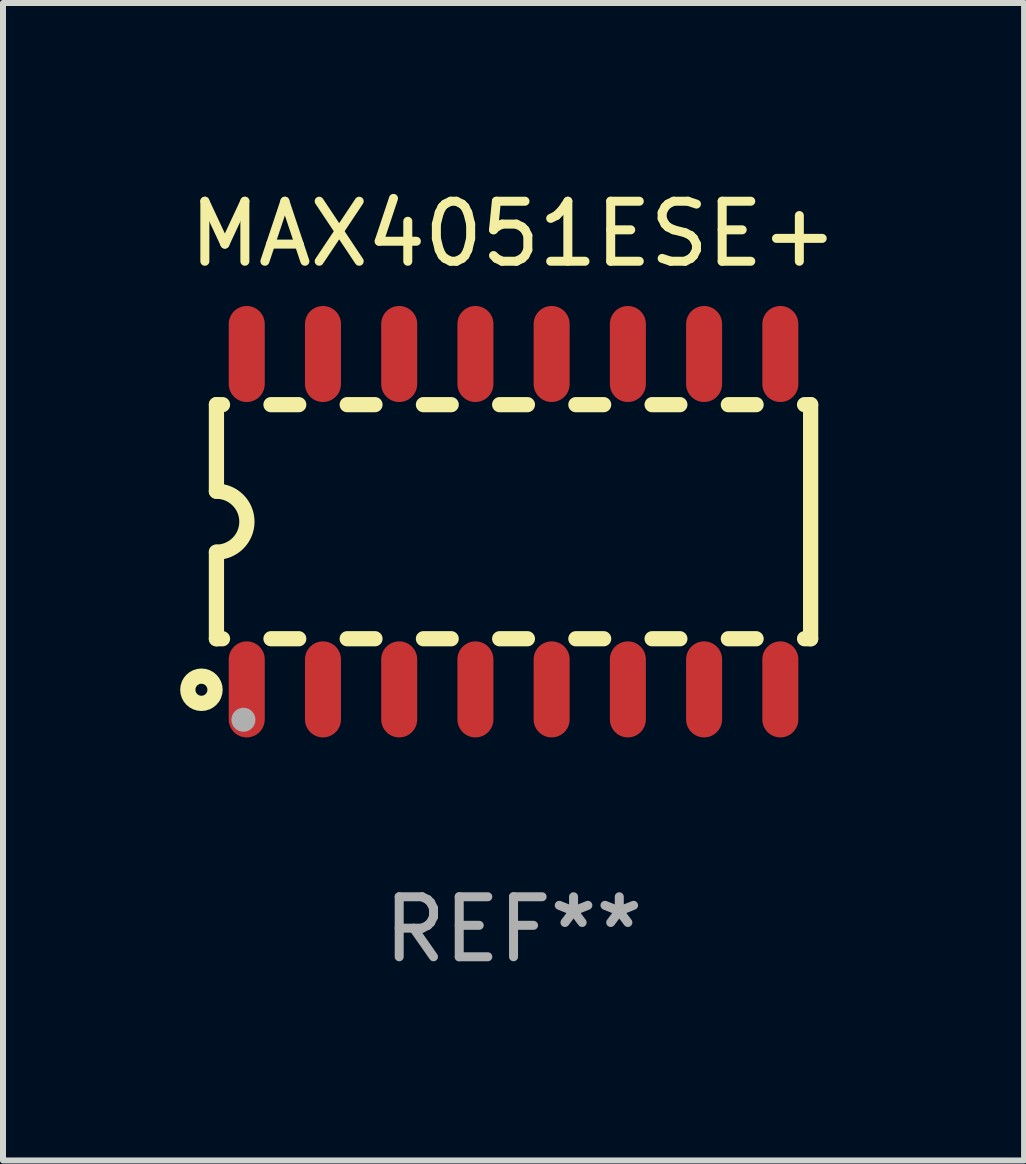
<source format=kicad_pcb>
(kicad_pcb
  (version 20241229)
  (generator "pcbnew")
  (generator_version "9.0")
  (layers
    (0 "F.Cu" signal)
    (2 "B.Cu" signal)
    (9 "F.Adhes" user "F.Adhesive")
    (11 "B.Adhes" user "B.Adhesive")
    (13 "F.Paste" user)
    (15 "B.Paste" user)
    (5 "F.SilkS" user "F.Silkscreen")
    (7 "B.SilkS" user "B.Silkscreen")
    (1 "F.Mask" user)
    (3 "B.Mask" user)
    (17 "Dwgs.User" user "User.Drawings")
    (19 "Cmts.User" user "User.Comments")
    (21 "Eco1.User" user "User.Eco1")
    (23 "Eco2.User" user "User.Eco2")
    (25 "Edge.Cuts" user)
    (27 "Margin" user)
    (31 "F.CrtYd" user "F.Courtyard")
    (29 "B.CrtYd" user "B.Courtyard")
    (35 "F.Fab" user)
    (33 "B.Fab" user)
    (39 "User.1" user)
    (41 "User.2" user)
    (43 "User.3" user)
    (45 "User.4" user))
  (footprint "MAX4051ESE+"
    (layer "F.Cu")
    (at 5.506 5.642)
    (property "Reference" "MAX4051ESE+" (at 0 -4.794 0) (layer "F.SilkS") (effects (font (size 1 1) (thickness 0.15))))
    (attr through_hole)
    (fp_line (start -4.95 -1.95) (end -4.95 -0.508) (stroke (width 0.254) (type solid)) (layer "F.SilkS"))
    (fp_line (start -4.95 -1.95) (end -4.849 -1.95) (stroke (width 0.254) (type solid)) (layer "F.SilkS"))
    (fp_line (start -4.95 1.95) (end -4.95 0.508) (stroke (width 0.254) (type solid)) (layer "F.SilkS"))
    (fp_line (start -4.95 1.95) (end -4.849 1.95) (stroke (width 0.254) (type solid)) (layer "F.SilkS"))
    (fp_line (start -4.041 -1.95) (end -3.579 -1.95) (stroke (width 0.254) (type solid)) (layer "F.SilkS"))
    (fp_line (start -4.041 1.95) (end -3.579 1.95) (stroke (width 0.254) (type solid)) (layer "F.SilkS"))
    (fp_line (start -2.771 -1.95) (end -2.309 -1.95) (stroke (width 0.254) (type solid)) (layer "F.SilkS"))
    (fp_line (start -2.771 1.95) (end -2.309 1.95) (stroke (width 0.254) (type solid)) (layer "F.SilkS"))
    (fp_line (start -1.501 -1.95) (end -1.039 -1.95) (stroke (width 0.254) (type solid)) (layer "F.SilkS"))
    (fp_line (start -1.501 1.95) (end -1.039 1.95) (stroke (width 0.254) (type solid)) (layer "F.SilkS"))
    (fp_line (start -0.231 -1.95) (end 0.231 -1.95) (stroke (width 0.254) (type solid)) (layer "F.SilkS"))
    (fp_line (start -0.231 1.95) (end 0.231 1.95) (stroke (width 0.254) (type solid)) (layer "F.SilkS"))
    (fp_line (start 1.039 -1.95) (end 1.501 -1.95) (stroke (width 0.254) (type solid)) (layer "F.SilkS"))
    (fp_line (start 1.039 1.95) (end 1.501 1.95) (stroke (width 0.254) (type solid)) (layer "F.SilkS"))
    (fp_line (start 2.309 -1.95) (end 2.771 -1.95) (stroke (width 0.254) (type solid)) (layer "F.SilkS"))
    (fp_line (start 2.309 1.95) (end 2.771 1.95) (stroke (width 0.254) (type solid)) (layer "F.SilkS"))
    (fp_line (start 3.579 -1.95) (end 4.041 -1.95) (stroke (width 0.254) (type solid)) (layer "F.SilkS"))
    (fp_line (start 3.579 1.95) (end 4.041 1.95) (stroke (width 0.254) (type solid)) (layer "F.SilkS"))
    (fp_line (start 4.849 -1.95) (end 4.95 -1.95) (stroke (width 0.254) (type solid)) (layer "F.SilkS"))
    (fp_line (start 4.849 1.95) (end 4.95 1.95) (stroke (width 0.254) (type solid)) (layer "F.SilkS"))
    (fp_line (start 4.95 -1.95) (end 4.95 1.95) (stroke (width 0.254) (type solid)) (layer "F.SilkS"))
    (fp_arc (start -4.95047 -0.508001) (mid -4.442469 -0.000228) (end -4.950013 0.508001) (stroke (width 0.254001) (type solid)) (layer "F.SilkS"))
    (fp_circle (center -5.2 2.8) (end -5.1 2.8) (stroke (width 0.254) (type solid)) (fill no) (layer "F.SilkS"))
    (fp_circle (center -4.95 2.947) (end -4.92 2.947) (stroke (width 0.06) (type solid)) (fill no) (layer "F.SilkS"))
    (fp_circle (center -4.5 3.3) (end -4.4 3.3) (stroke (width 0.2) (type solid)) (fill no) (layer "F.Fab"))
    (fp_text user "REF**" (at 0 6.794 0) (layer "F.Fab") (effects (font (size 1 1) (thickness 0.15))))
    (pad "1" smd oval (at -4.445 2.794) (size 0.6 1.6) (layers "F.Cu" "F.Mask" "F.Paste"))
    (pad "2" smd oval (at -3.175 2.794) (size 0.6 1.6) (layers "F.Cu" "F.Mask" "F.Paste"))
    (pad "3" smd oval (at -1.905 2.794) (size 0.6 1.6) (layers "F.Cu" "F.Mask" "F.Paste"))
    (pad "4" smd oval (at -0.635 2.794) (size 0.6 1.6) (layers "F.Cu" "F.Mask" "F.Paste"))
    (pad "5" smd oval (at 0.635 2.794) (size 0.6 1.6) (layers "F.Cu" "F.Mask" "F.Paste"))
    (pad "6" smd oval (at 1.905 2.794) (size 0.6 1.6) (layers "F.Cu" "F.Mask" "F.Paste"))
    (pad "7" smd oval (at 3.175 2.794) (size 0.6 1.6) (layers "F.Cu" "F.Mask" "F.Paste"))
    (pad "8" smd oval (at 4.445 2.794) (size 0.6 1.6) (layers "F.Cu" "F.Mask" "F.Paste"))
    (pad "9" smd oval (at 4.445 -2.794) (size 0.6 1.6) (layers "F.Cu" "F.Mask" "F.Paste"))
    (pad "10" smd oval (at 3.175 -2.794) (size 0.6 1.6) (layers "F.Cu" "F.Mask" "F.Paste"))
    (pad "11" smd oval (at 1.905 -2.794) (size 0.6 1.6) (layers "F.Cu" "F.Mask" "F.Paste"))
    (pad "12" smd oval (at 0.635 -2.794) (size 0.6 1.6) (layers "F.Cu" "F.Mask" "F.Paste"))
    (pad "13" smd oval (at -0.635 -2.794) (size 0.6 1.6) (layers "F.Cu" "F.Mask" "F.Paste"))
    (pad "14" smd oval (at -1.905 -2.794) (size 0.6 1.6) (layers "F.Cu" "F.Mask" "F.Paste"))
    (pad "15" smd oval (at -3.175 -2.794) (size 0.6 1.6) (layers "F.Cu" "F.Mask" "F.Paste"))
    (pad "16" smd oval (at -4.445 -2.794) (size 0.6 1.6) (layers "F.Cu" "F.Mask" "F.Paste")))
  (gr_rect
    (start -3 -3)
    (end 14.012 16.285)
    (stroke (width 0.1) (type default))
    (fill no)
    (layer "Edge.Cuts")))
</source>
